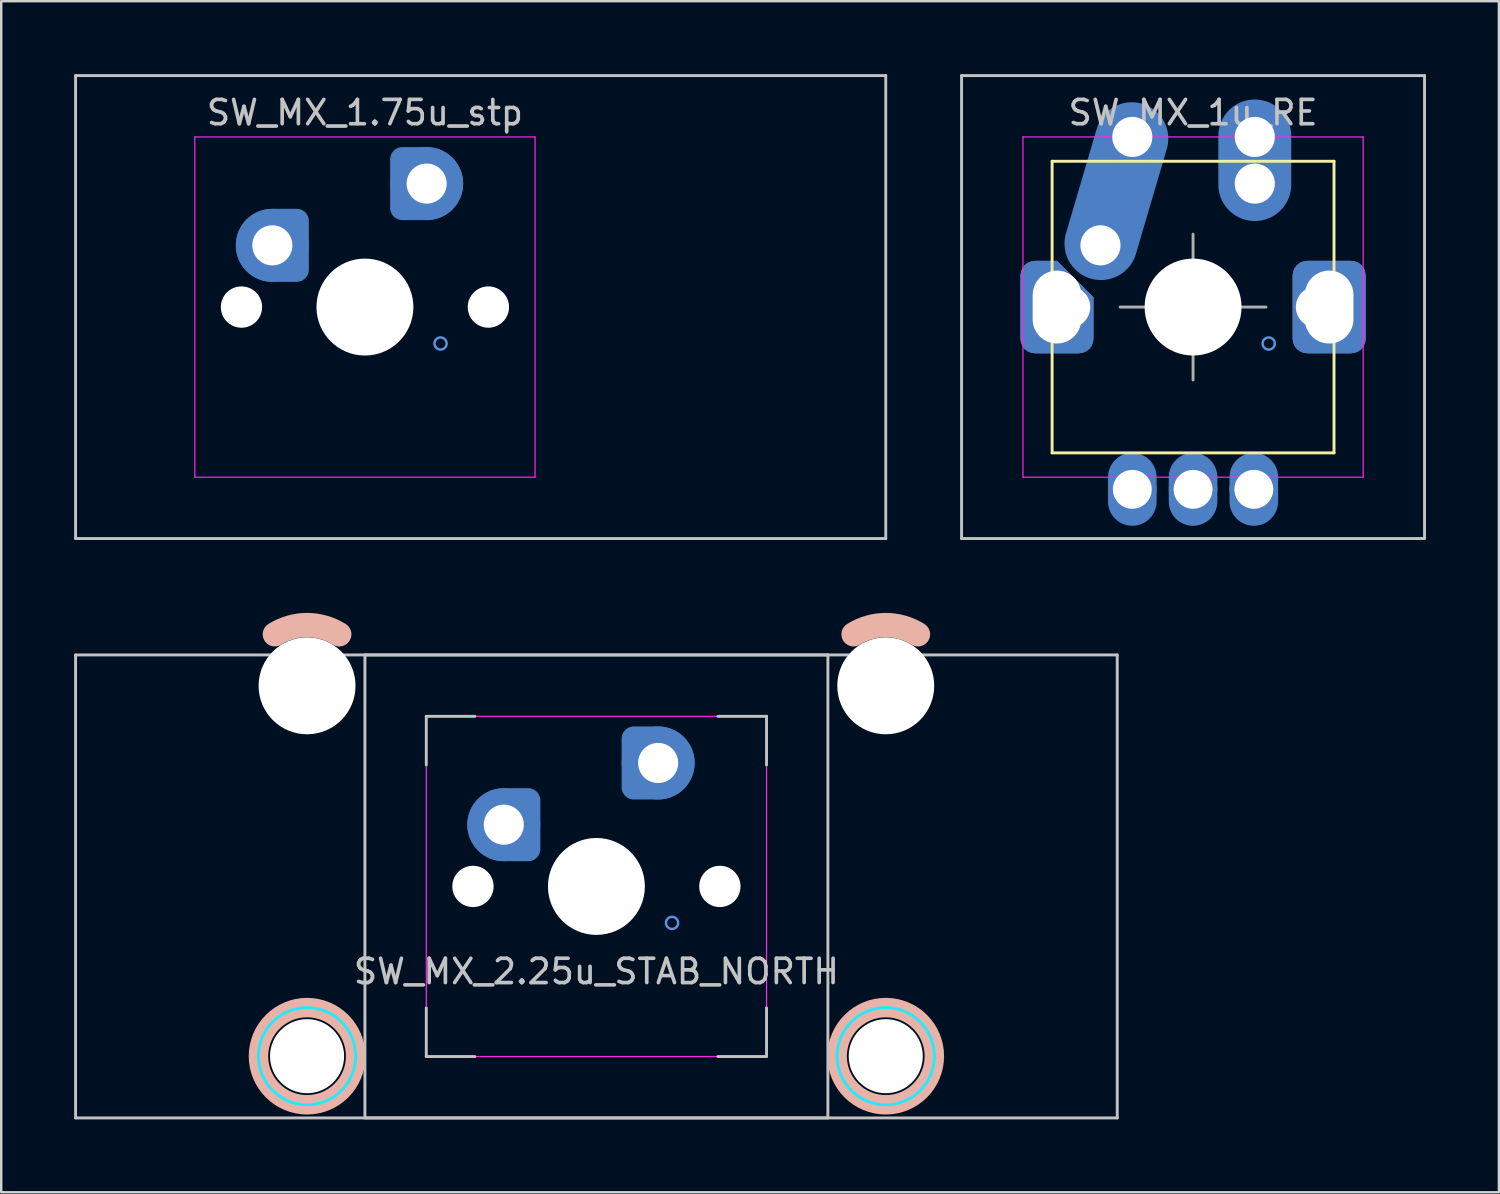
<source format=kicad_pcb>
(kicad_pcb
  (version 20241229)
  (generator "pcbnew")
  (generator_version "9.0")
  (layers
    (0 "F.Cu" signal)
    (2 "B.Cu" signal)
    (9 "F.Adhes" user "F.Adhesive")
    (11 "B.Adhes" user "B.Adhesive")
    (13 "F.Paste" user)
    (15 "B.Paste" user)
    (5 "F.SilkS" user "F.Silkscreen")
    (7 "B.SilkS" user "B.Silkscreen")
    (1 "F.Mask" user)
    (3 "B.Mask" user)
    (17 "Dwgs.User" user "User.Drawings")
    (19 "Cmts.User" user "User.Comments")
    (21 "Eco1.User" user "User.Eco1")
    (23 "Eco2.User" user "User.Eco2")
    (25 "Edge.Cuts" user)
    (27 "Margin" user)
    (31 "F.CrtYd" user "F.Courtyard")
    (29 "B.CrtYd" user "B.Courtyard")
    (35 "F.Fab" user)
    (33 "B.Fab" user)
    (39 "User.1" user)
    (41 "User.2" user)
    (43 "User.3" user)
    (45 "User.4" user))
  (footprint "SW_MX_2.25u_STAB_NORTH"
    (layer "F.Cu")
    (at 21.491 33.425)
    (property "Reference" "SW_MX_2.25u_STAB_NORTH" (at 0 3.5 0) (layer "Dwgs.User") (effects (font (size 1 1) (thickness 0.15))))
    (attr through_hole exclude_from_pos_files exclude_from_bom)
    (fp_arc (start -13.231248 -10.374995) (mid -11.90625 -10.755) (end -10.581252 -10.374995) (stroke (width 1) (type default)) (layer "B.SilkS"))
    (fp_arc (start 10.581252 -10.374995) (mid 11.90625 -10.755) (end 13.231248 -10.374995) (stroke (width 1) (type default)) (layer "B.SilkS"))
    (fp_circle (center -11.906 6.985) (end -9.906 6.985) (stroke (width 0.8) (type solid)) (fill no) (layer "B.SilkS"))
    (fp_circle (center 11.906 6.985) (end 13.906 6.985) (stroke (width 0.8) (type solid)) (fill no) (layer "B.SilkS"))
    (fp_line (start -21.431 9.525) (end -21.431 -9.525) (stroke (width 0.12) (type solid)) (layer "Dwgs.User"))
    (fp_line (start -9.525 -9.525) (end -9.525 9.525) (stroke (width 0.12) (type solid)) (layer "Dwgs.User"))
    (fp_line (start -9.525 9.525) (end 9.525 9.525) (stroke (width 0.12) (type solid)) (layer "Dwgs.User"))
    (fp_line (start -7 -7) (end -7 -5) (stroke (width 0.12) (type solid)) (layer "Dwgs.User"))
    (fp_line (start -7 7) (end -7 5) (stroke (width 0.12) (type solid)) (layer "Dwgs.User"))
    (fp_line (start -5 -7) (end -7 -7) (stroke (width 0.12) (type solid)) (layer "Dwgs.User"))
    (fp_line (start -5 7) (end -7 7) (stroke (width 0.12) (type solid)) (layer "Dwgs.User"))
    (fp_line (start 5 -7) (end 7 -7) (stroke (width 0.12) (type solid)) (layer "Dwgs.User"))
    (fp_line (start 7 -7) (end 7 -5) (stroke (width 0.12) (type solid)) (layer "Dwgs.User"))
    (fp_line (start 7 5) (end 7 7) (stroke (width 0.12) (type solid)) (layer "Dwgs.User"))
    (fp_line (start 7 7) (end 5 7) (stroke (width 0.12) (type solid)) (layer "Dwgs.User"))
    (fp_line (start 9.525 -9.525) (end -9.525 -9.525) (stroke (width 0.12) (type solid)) (layer "Dwgs.User"))
    (fp_line (start 9.525 9.525) (end 9.525 -9.525) (stroke (width 0.12) (type solid)) (layer "Dwgs.User"))
    (fp_line (start 21.431 -9.525) (end -21.431 -9.525) (stroke (width 0.12) (type solid)) (layer "Dwgs.User"))
    (fp_line (start 21.431 9.525) (end -21.431 9.525) (stroke (width 0.12) (type solid)) (layer "Dwgs.User"))
    (fp_line (start 21.431 9.525) (end 21.431 -9.525) (stroke (width 0.12) (type solid)) (layer "Dwgs.User"))
    (fp_circle (center -3.81 -2.54) (end -3.81 -2.79) (stroke (width 0.1) (type default)) (fill no) (layer "Cmts.User"))
    (fp_circle (center 2.54 -5.08) (end 2.54 -5.33) (stroke (width 0.1) (type default)) (fill no) (layer "Cmts.User"))
    (fp_circle (center 3.112 1.5) (end 3.362 1.5) (stroke (width 0.1) (type default)) (fill no) (layer "Cmts.User"))
    (fp_line (start -15.28 5.5) (end -15.281 -7.5) (stroke (width 0.05) (type solid)) (layer "Eco2.User"))
    (fp_line (start -9.031 -8) (end -14.781 -8) (stroke (width 0.05) (type solid)) (layer "Eco2.User"))
    (fp_line (start -9.031 6) (end -14.78 6) (stroke (width 0.05) (type solid)) (layer "Eco2.User"))
    (fp_line (start -8.531 5.5) (end -8.531 -7.5) (stroke (width 0.05) (type solid)) (layer "Eco2.User"))
    (fp_line (start -7 6.5) (end -7 -6.5) (stroke (width 0.05) (type solid)) (layer "Eco2.User"))
    (fp_line (start -6.5 -7) (end 6.5 -7) (stroke (width 0.05) (type solid)) (layer "Eco2.User"))
    (fp_line (start 6.5 7) (end -6.5 7) (stroke (width 0.05) (type solid)) (layer "Eco2.User"))
    (fp_line (start 7 -6.5) (end 7 6.5) (stroke (width 0.05) (type solid)) (layer "Eco2.User"))
    (fp_line (start 8.531 5.5) (end 8.531 -7.5) (stroke (width 0.05) (type solid)) (layer "Eco2.User"))
    (fp_line (start 14.781 -8) (end 9.031 -8) (stroke (width 0.05) (type solid)) (layer "Eco2.User"))
    (fp_line (start 14.781 6) (end 9.031 6) (stroke (width 0.05) (type solid)) (layer "Eco2.User"))
    (fp_line (start 15.281 5.5) (end 15.281 -7.5) (stroke (width 0.05) (type solid)) (layer "Eco2.User"))
    (fp_arc (start -15.28125 -7.500001) (mid -15.134813 -7.853564) (end -14.78125 -8.000001) (stroke (width 0.05) (type solid)) (layer "Eco2.User"))
    (fp_arc (start -14.780039 5.999999) (mid -15.133573 5.853533) (end -15.280039 5.499999) (stroke (width 0.05) (type solid)) (layer "Eco2.User"))
    (fp_arc (start -9.03125 -8.000001) (mid -8.677722 -7.853529) (end -8.53125 -7.500001) (stroke (width 0.05) (type solid)) (layer "Eco2.User"))
    (fp_arc (start -8.53125 5.499999) (mid -8.677685 5.853564) (end -9.03125 5.999999) (stroke (width 0.05) (type solid)) (layer "Eco2.User"))
    (fp_arc (start -7 -6.5) (mid -6.853553 -6.853553) (end -6.5 -7) (stroke (width 0.05) (type solid)) (layer "Eco2.User"))
    (fp_arc (start -6.5 7) (mid -6.853553 6.853553) (end -7 6.5) (stroke (width 0.05) (type solid)) (layer "Eco2.User"))
    (fp_arc (start 6.5 -7) (mid 6.853553 -6.853553) (end 7 -6.5) (stroke (width 0.05) (type solid)) (layer "Eco2.User"))
    (fp_arc (start 6.997236 6.498884) (mid 6.850789 6.852437) (end 6.497236 6.998884) (stroke (width 0.05) (type solid)) (layer "Eco2.User"))
    (fp_arc (start 8.53125 -7.500001) (mid 8.677697 -7.853554) (end 9.03125 -8.000001) (stroke (width 0.05) (type solid)) (layer "Eco2.User"))
    (fp_arc (start 9.03125 5.999999) (mid 8.677697 5.853552) (end 8.53125 5.499999) (stroke (width 0.05) (type solid)) (layer "Eco2.User"))
    (fp_arc (start 14.78125 -8.000001) (mid 15.134803 -7.853554) (end 15.28125 -7.500001) (stroke (width 0.05) (type solid)) (layer "Eco2.User"))
    (fp_arc (start 15.28125 5.499999) (mid 15.134803 5.853552) (end 14.78125 5.999999) (stroke (width 0.05) (type solid)) (layer "Eco2.User"))
    (fp_circle (center -11.906 6.985) (end -13.906 6.985) (stroke (width 0.12) (type solid)) (fill no) (layer "B.CrtYd"))
    (fp_circle (center 11.906 6.985) (end 9.906 6.985) (stroke (width 0.12) (type solid)) (fill no) (layer "B.CrtYd"))
    (fp_line (start -7 -7) (end -7 7) (stroke (width 0.05) (type solid)) (layer "F.CrtYd"))
    (fp_line (start -7 7) (end 7 7) (stroke (width 0.05) (type solid)) (layer "F.CrtYd"))
    (fp_line (start 7 -7) (end -7 -7) (stroke (width 0.05) (type solid)) (layer "F.CrtYd"))
    (fp_line (start 7 7) (end 7 -7) (stroke (width 0.05) (type solid)) (layer "F.CrtYd"))
    (pad "" np_thru_hole circle (at -11.906 -8.255 180) (size 3.988 3.988) (drill 3.988) (layers "*.Cu" "*.Mask"))
    (pad "" np_thru_hole circle (at -11.906 6.985 180) (size 3.048 3.048) (drill 3.048) (layers "*.Cu" "*.Mask"))
    (pad "" np_thru_hole circle (at -5.08 0) (size 1.7 1.7) (drill 1.7) (layers "*.Cu" "*.Mask"))
    (pad "" np_thru_hole circle (at 0 0) (size 3.988 3.988) (drill 3.988) (layers "*.Cu" "*.Mask"))
    (pad "" np_thru_hole circle (at 5.08 0) (size 1.7 1.7) (drill 1.7) (layers "*.Cu" "*.Mask"))
    (pad "" np_thru_hole circle (at 11.906 -8.255 180) (size 3.988 3.988) (drill 3.988) (layers "*.Cu" "*.Mask"))
    (pad "" np_thru_hole circle (at 11.906 6.985 180) (size 3.048 3.048) (drill 3.048) (layers "*.Cu" "*.Mask"))
    (pad "1" thru_hole circle (at -3.81 -2.54) (size 2 2) (drill 1.65) (layers "*.Cu") (remove_unused_layers yes) (keep_end_layers yes) (zone_layer_connections))
    (pad "1" smd custom (at -3.81 -2.54) (size 2.7 2.7) (layers "B.Cu" "B.Mask") (options (anchor circle)) (primitives (gr_poly (pts (arc (start 0 1.35) (mid -1.35 0) (end 0 -1.35)) (arc (start 0.9 -1.35) (mid 1.218198 -1.218198) (end 1.35 -0.9)) (arc (start 1.35 0.9) (mid 1.218198 1.218198) (end 0.9 1.35))) (width 0.004) (fill yes))))
    (pad "1" smd circle (at -3.81 -2.54) (size 3 3) (layers "B.Cu"))
    (pad "1" smd custom (at -3.81 -2.54) (size 3 3) (layers "B.Cu") (options (anchor circle)) (primitives (gr_poly (pts (arc (start 0 1.5) (mid -1.5 0) (end 0 -1.5)) (arc (start 1 -1.5) (mid 1.353554 -1.353554) (end 1.5 -1)) (arc (start 1.5 1) (mid 1.353554 1.353554) (end 1 1.5))) (width 0.004) (fill yes))))
    (pad "2" thru_hole circle (at 2.54 -5.08 180) (size 2 2) (drill 1.65) (layers "*.Cu") (remove_unused_layers yes) (keep_end_layers yes) (zone_layer_connections))
    (pad "2" smd custom (at 2.54 -5.08 180) (size 2.7 2.7) (layers "B.Cu" "B.Mask") (options (anchor circle)) (primitives (gr_poly (pts (arc (start 0 1.35) (mid -1.35 0) (end 0 -1.35)) (arc (start 0.9 -1.35) (mid 1.218198 -1.218198) (end 1.35 -0.9)) (arc (start 1.35 0.9) (mid 1.218198 1.218198) (end 0.9 1.35))) (width 0.004) (fill yes))))
    (pad "2" smd circle (at 2.54 -5.08) (size 3 3) (layers "B.Cu"))
    (pad "2" smd custom (at 2.54 -5.08 180) (size 3 3) (layers "B.Cu") (options (anchor circle)) (primitives (gr_poly (pts (arc (start 0 1.5) (mid -1.5 0) (end 0 -1.5)) (arc (start 1 -1.5) (mid 1.353554 -1.353554) (end 1.5 -1)) (arc (start 1.5 1) (mid 1.353554 1.353554) (end 1 1.5))) (width 0.004) (fill yes)))))
  (footprint "SW_MX_1u_RE"
    (layer "F.Cu")
    (at 46.042 9.585)
    (property "Reference" "SW_MX_1u_RE" (at 0 -8 0) (layer "Dwgs.User") (effects (font (size 1 1) (thickness 0.15))))
    (attr through_hole)
    (fp_line (start -5.8 -6) (end 5.8 -6) (stroke (width 0.12) (type solid)) (layer "F.SilkS"))
    (fp_line (start -5.8 6) (end -5.8 -6) (stroke (width 0.12) (type solid)) (layer "F.SilkS"))
    (fp_line (start 5.8 -6) (end 5.8 6) (stroke (width 0.12) (type solid)) (layer "F.SilkS"))
    (fp_line (start 5.8 6) (end -5.8 6) (stroke (width 0.12) (type solid)) (layer "F.SilkS"))
    (fp_line (start -9.525 -9.525) (end -9.525 9.525) (stroke (width 0.12) (type solid)) (layer "Dwgs.User"))
    (fp_line (start -9.525 9.525) (end 9.525 9.525) (stroke (width 0.12) (type solid)) (layer "Dwgs.User"))
    (fp_line (start 9.525 -9.525) (end -9.525 -9.525) (stroke (width 0.12) (type solid)) (layer "Dwgs.User"))
    (fp_line (start 9.525 -9.525) (end 9.525 9.525) (stroke (width 0.12) (type solid)) (layer "Dwgs.User"))
    (fp_circle (center 3.112 1.5) (end 3.362 1.5) (stroke (width 0.1) (type default)) (fill no) (layer "Cmts.User"))
    (fp_line (start -7 6.5) (end -7 -6.5) (stroke (width 0.05) (type solid)) (layer "Eco2.User"))
    (fp_line (start -6.5 -7) (end 6.5 -7) (stroke (width 0.05) (type solid)) (layer "Eco2.User"))
    (fp_line (start 6.5 7) (end -6.5 7) (stroke (width 0.05) (type solid)) (layer "Eco2.User"))
    (fp_line (start 7 -6.5) (end 7 6.5) (stroke (width 0.05) (type solid)) (layer "Eco2.User"))
    (fp_arc (start -7 -6.5) (mid -6.853553 -6.853553) (end -6.5 -7) (stroke (width 0.05) (type solid)) (layer "Eco2.User"))
    (fp_arc (start -6.5 7) (mid -6.853553 6.853553) (end -7 6.5) (stroke (width 0.05) (type solid)) (layer "Eco2.User"))
    (fp_arc (start 6.5 -7) (mid 6.853553 -6.853553) (end 7 -6.5) (stroke (width 0.05) (type solid)) (layer "Eco2.User"))
    (fp_arc (start 6.997236 6.498884) (mid 6.850789 6.852437) (end 6.497236 6.998884) (stroke (width 0.05) (type solid)) (layer "Eco2.User"))
    (fp_line (start -7 -7) (end -7 7) (stroke (width 0.05) (type solid)) (layer "F.CrtYd"))
    (fp_line (start -7 7) (end 7 7) (stroke (width 0.05) (type solid)) (layer "F.CrtYd"))
    (fp_line (start 7 -7) (end -7 -7) (stroke (width 0.05) (type solid)) (layer "F.CrtYd"))
    (fp_line (start 7 7) (end 7 -7) (stroke (width 0.05) (type solid)) (layer "F.CrtYd"))
    (fp_line (start -3 0) (end 3 0) (stroke (width 0.12) (type solid)) (layer "F.Fab"))
    (fp_line (start 0 3) (end 0 -3) (stroke (width 0.12) (type solid)) (layer "F.Fab"))
    (pad "" thru_hole roundrect (at -5.6 0 90) (size 3.8 3) (drill oval 3 2) (layers "B.Mask") (roundrect_rratio 0.2) (chamfer_ratio 0.5) (chamfer bottom_right))
    (pad "" thru_hole circle (at -5.08 0) (size 1.7 1.7) (drill 1.7) (layers "B.Mask"))
    (pad "" np_thru_hole circle (at 0 0) (size 3.988 3.988) (drill 3.988) (layers "*.Cu" "*.Mask"))
    (pad "" thru_hole circle (at 5.08 0) (size 1.7 1.7) (drill 1.7) (layers "B.Mask"))
    (pad "" thru_hole roundrect (at 5.6 0 90) (size 3.8 3) (drill oval 3 2) (layers "B.Mask") (roundrect_rratio 0.2))
    (pad "A" thru_hole circle (at -2.5 7.5 90) (size 2 2) (drill 1.6) (layers "*.Cu" "B.Mask") (remove_unused_layers yes) (zone_layer_connections))
    (pad "A" smd oval (at -2.5 7.5) (size 2 3) (layers "B.Cu" "B.Mask"))
    (pad "B" thru_hole circle (at 2.5 7.5 90) (size 2 2) (drill 1.6) (layers "*.Cu") (remove_unused_layers yes) (zone_layer_connections))
    (pad "B" smd oval (at 2.5 7.5) (size 2 3) (layers "B.Cu" "B.Mask"))
    (pad "C" thru_hole circle (at 0 7.5 90) (size 2 2) (drill 1.6) (layers "*.Cu") (remove_unused_layers yes) (zone_layer_connections))
    (pad "C" smd oval (at 0 7.5) (size 2 3) (layers "B.Cu" "B.Mask"))
    (pad "S1" thru_hole circle (at -3.81 -2.54) (size 2 2) (drill 1.65) (layers "*.Cu") (remove_unused_layers yes) (keep_end_layers yes) (zone_layer_connections))
    (pad "S1" smd circle (at -3.81 -2.54) (size 2.7 2.7) (layers "B.Cu" "B.Mask"))
    (pad "S1" smd oval (at -3.155 -4.77 73.6) (size 7.5 3) (layers "B.Cu"))
    (pad "S1" thru_hole circle (at -2.5 -7) (size 2 2) (drill 1.65) (layers "*.Cu") (remove_unused_layers yes) (keep_end_layers yes) (zone_layer_connections))
    (pad "S1" smd circle (at -2.5 -7) (size 2.7 2.7) (layers "B.Cu" "B.Mask"))
    (pad "S2" thru_hole circle (at 2.54 -7) (size 2 2) (drill 1.65) (layers "*.Cu") (remove_unused_layers yes) (keep_end_layers yes) (zone_layer_connections))
    (pad "S2" smd circle (at 2.54 -7) (size 2.7 2.7) (layers "B.Cu" "B.Mask"))
    (pad "S2" smd oval (at 2.54 -6.04 270) (size 3.92 2) (layers "F.Cu"))
    (pad "S2" smd oval (at 2.54 -6.04 90) (size 5 3) (layers "B.Cu"))
    (pad "S2" thru_hole circle (at 2.54 -5.08) (size 2 2) (drill 1.65) (layers "*.Cu") (remove_unused_layers yes) (keep_end_layers yes) (zone_layer_connections))
    (pad "S2" smd circle (at 2.54 -5.08) (size 2.7 2.7) (layers "B.Cu" "B.Mask"))
    (pad "X" smd roundrect (at -5.6 0 90) (size 3.8 3) (layers "B.Cu" "B.Mask") (roundrect_rratio 0.2) (chamfer_ratio 0.5) (chamfer bottom_right))
    (pad "X" smd roundrect (at 5.6 0 90) (size 3.8 3) (layers "B.Cu") (roundrect_rratio 0.2)))
  (footprint "SW_MX_1.75u_stp"
    (layer "F.Cu")
    (at 11.966 9.585)
    (property "Reference" "SW_MX_1.75u_stp" (at 0 -8 0) (layer "Dwgs.User") (effects (font (size 1 1) (thickness 0.15))))
    (attr through_hole)
    (fp_line (start -11.906 -9.525) (end -11.906 9.525) (stroke (width 0.12) (type solid)) (layer "Dwgs.User"))
    (fp_line (start -11.906 9.525) (end 21.431 9.525) (stroke (width 0.12) (type solid)) (layer "Dwgs.User"))
    (fp_line (start 21.431 -9.525) (end -11.906 -9.525) (stroke (width 0.12) (type solid)) (layer "Dwgs.User"))
    (fp_line (start 21.431 9.525) (end 21.431 -9.525) (stroke (width 0.12) (type solid)) (layer "Dwgs.User"))
    (fp_circle (center -3.81 -2.54) (end -3.81 -2.79) (stroke (width 0.1) (type default)) (fill no) (layer "Cmts.User"))
    (fp_circle (center 2.54 -5.08) (end 2.54 -5.33) (stroke (width 0.1) (type default)) (fill no) (layer "Cmts.User"))
    (fp_circle (center 3.112 1.5) (end 3.362 1.5) (stroke (width 0.1) (type default)) (fill no) (layer "Cmts.User"))
    (fp_line (start -7 6.5) (end -7 -6.5) (stroke (width 0.05) (type solid)) (layer "Eco2.User"))
    (fp_line (start -6.5 -7) (end 6.5 -7) (stroke (width 0.05) (type solid)) (layer "Eco2.User"))
    (fp_line (start 6.5 7) (end -6.5 7) (stroke (width 0.05) (type solid)) (layer "Eco2.User"))
    (fp_line (start 7 -6.5) (end 7 6.5) (stroke (width 0.05) (type solid)) (layer "Eco2.User"))
    (fp_arc (start -7 -6.5) (mid -6.853553 -6.853553) (end -6.5 -7) (stroke (width 0.05) (type solid)) (layer "Eco2.User"))
    (fp_arc (start -6.5 7) (mid -6.853553 6.853553) (end -7 6.5) (stroke (width 0.05) (type solid)) (layer "Eco2.User"))
    (fp_arc (start 6.5 -7) (mid 6.853553 -6.853553) (end 7 -6.5) (stroke (width 0.05) (type solid)) (layer "Eco2.User"))
    (fp_arc (start 6.997236 6.498884) (mid 6.850789 6.852437) (end 6.497236 6.998884) (stroke (width 0.05) (type solid)) (layer "Eco2.User"))
    (fp_line (start -7 -7) (end -7 7) (stroke (width 0.05) (type solid)) (layer "F.CrtYd"))
    (fp_line (start -7 7) (end 7 7) (stroke (width 0.05) (type solid)) (layer "F.CrtYd"))
    (fp_line (start 7 -7) (end -7 -7) (stroke (width 0.05) (type solid)) (layer "F.CrtYd"))
    (fp_line (start 7 7) (end 7 -7) (stroke (width 0.05) (type solid)) (layer "F.CrtYd"))
    (pad "" np_thru_hole circle (at -5.08 0) (size 1.7 1.7) (drill 1.7) (layers "*.Cu" "*.Mask"))
    (pad "" np_thru_hole circle (at 0 0) (size 3.988 3.988) (drill 3.988) (layers "*.Cu" "*.Mask"))
    (pad "" np_thru_hole circle (at 5.08 0) (size 1.7 1.7) (drill 1.7) (layers "*.Cu" "*.Mask"))
    (pad "1" thru_hole circle (at -3.81 -2.54) (size 2 2) (drill 1.65) (layers "*.Cu") (remove_unused_layers yes) (keep_end_layers yes) (zone_layer_connections))
    (pad "1" smd custom (at -3.81 -2.54) (size 2.7 2.7) (layers "B.Cu" "B.Mask") (options (anchor circle)) (primitives (gr_poly (pts (arc (start 0 1.35) (mid -1.35 0) (end 0 -1.35)) (arc (start 0.9 -1.35) (mid 1.218198 -1.218198) (end 1.35 -0.9)) (arc (start 1.35 0.9) (mid 1.218198 1.218198) (end 0.9 1.35))) (width 0.004) (fill yes))))
    (pad "1" smd circle (at -3.81 -2.54) (size 3 3) (layers "B.Cu"))
    (pad "1" smd custom (at -3.81 -2.54) (size 3 3) (layers "B.Cu") (options (anchor circle)) (primitives (gr_poly (pts (arc (start 0 1.5) (mid -1.5 0) (end 0 -1.5)) (arc (start 1 -1.5) (mid 1.353554 -1.353554) (end 1.5 -1)) (arc (start 1.5 1) (mid 1.353554 1.353554) (end 1 1.5))) (width 0.004) (fill yes))))
    (pad "2" thru_hole circle (at 2.54 -5.08 180) (size 2 2) (drill 1.65) (layers "*.Cu") (remove_unused_layers yes) (keep_end_layers yes) (zone_layer_connections))
    (pad "2" smd custom (at 2.54 -5.08 180) (size 2.7 2.7) (layers "B.Cu" "B.Mask") (options (anchor circle)) (primitives (gr_poly (pts (arc (start 0 1.35) (mid -1.35 0) (end 0 -1.35)) (arc (start 0.9 -1.35) (mid 1.218198 -1.218198) (end 1.35 -0.9)) (arc (start 1.35 0.9) (mid 1.218198 1.218198) (end 0.9 1.35))) (width 0.004) (fill yes))))
    (pad "2" smd circle (at 2.54 -5.08) (size 3 3) (layers "B.Cu"))
    (pad "2" smd custom (at 2.54 -5.08 180) (size 3 3) (layers "B.Cu") (options (anchor circle)) (primitives (gr_poly (pts (arc (start 0 1.5) (mid -1.5 0) (end 0 -1.5)) (arc (start 1 -1.5) (mid 1.353554 -1.353554) (end 1.5 -1)) (arc (start 1.5 1) (mid 1.353554 1.353554) (end 1 1.5))) (width 0.004) (fill yes)))))
  (gr_rect
    (start -3 -3)
    (end 58.627 46.01)
    (stroke (width 0.1) (type default))
    (fill no)
    (layer "Edge.Cuts")))
</source>
